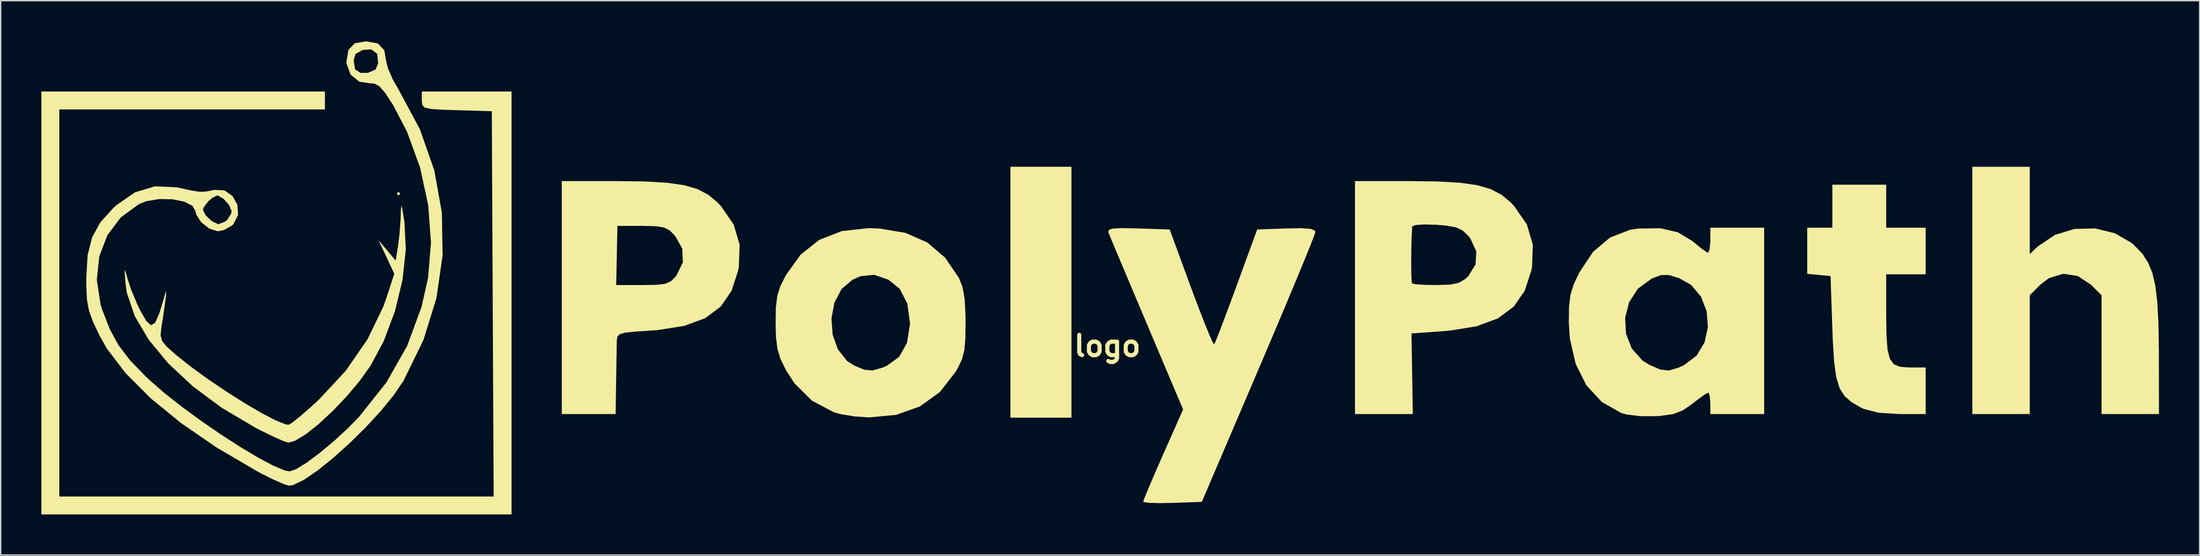
<source format=kicad_pcb>
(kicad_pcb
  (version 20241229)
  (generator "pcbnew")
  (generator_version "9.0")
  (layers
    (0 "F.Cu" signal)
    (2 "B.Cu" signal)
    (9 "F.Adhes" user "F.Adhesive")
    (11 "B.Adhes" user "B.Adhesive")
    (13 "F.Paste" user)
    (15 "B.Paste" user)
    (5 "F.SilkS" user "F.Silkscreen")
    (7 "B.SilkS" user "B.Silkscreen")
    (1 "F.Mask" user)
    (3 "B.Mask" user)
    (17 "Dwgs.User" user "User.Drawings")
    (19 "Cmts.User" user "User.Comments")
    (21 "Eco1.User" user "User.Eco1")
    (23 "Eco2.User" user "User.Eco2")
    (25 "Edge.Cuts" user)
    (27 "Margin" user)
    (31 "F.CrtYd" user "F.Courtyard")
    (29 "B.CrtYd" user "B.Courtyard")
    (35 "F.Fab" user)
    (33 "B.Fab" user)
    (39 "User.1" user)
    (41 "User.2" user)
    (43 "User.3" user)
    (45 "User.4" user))
  (footprint "logo"
    (layer "F.Cu")
    (at 78.581 22.49)
    (property "Reference" "logo" (at 0 0 0) (layer "F.SilkS") (effects (font (size 1.5 1.5) (thickness 0.3))))
    (attr board_only exclude_from_pos_files exclude_from_bom)
    (fp_poly (pts (xy -52.123 -11.245) (xy -52.255 -11.113) (xy -52.388 -11.245) (xy -52.255 -11.377)) (stroke (width 0) (type solid)) (fill yes) (layer "F.SilkS"))
    (fp_poly (pts (xy -2.646 -3.969) (xy -2.646 5.292) (xy -4.895 5.292) (xy -7.144 5.292) (xy -7.144 -3.969) (xy -7.144 -13.229) (xy -4.895 -13.229) (xy -2.646 -13.229)) (stroke (width 0) (type solid)) (fill yes) (layer "F.SilkS"))
    (fp_poly (pts (xy -57.679 -18.124) (xy -57.679 -17.462) (xy -67.469 -17.462) (xy -77.258 -17.462) (xy -77.258 -3.175) (xy -77.258 11.113) (xy -61.249 11.113) (xy -45.239 11.113) (xy -45.308 -3.109) (xy -45.376 -17.33) (xy -47.956 -17.406) (xy -49.138 -17.446) (xy -49.89 -17.499) (xy -50.308 -17.595) (xy -50.49 -17.759) (xy -50.534 -18.02) (xy -50.535 -18.134) (xy -50.535 -18.785) (xy -47.228 -18.785) (xy -43.921 -18.785) (xy -43.921 -3.175) (xy -43.921 12.435) (xy -61.251 12.435) (xy -78.581 12.435) (xy -78.581 -3.175) (xy -78.581 -18.785) (xy -68.13 -18.785) (xy -57.679 -18.785)) (stroke (width 0) (type solid)) (fill yes) (layer "F.SilkS"))
    (fp_poly (pts (xy 67.998 -10.008) (xy 67.998 -6.787) (xy 68.597 -7.35) (xy 69.856 -8.201) (xy 71.3 -8.641) (xy 72.81 -8.679) (xy 74.266 -8.323) (xy 75.55 -7.581) (xy 76.302 -6.81) (xy 76.719 -6.16) (xy 77.034 -5.397) (xy 77.257 -4.442) (xy 77.403 -3.212) (xy 77.485 -1.628) (xy 77.516 0.391) (xy 77.516 0.728) (xy 77.523 5.027) (xy 75.406 5.027) (xy 73.29 5.027) (xy 73.29 0.641) (xy 73.29 -3.745) (xy 72.516 -4.518) (xy 71.539 -5.166) (xy 70.466 -5.329) (xy 69.411 -5.007) (xy 68.771 -4.518) (xy 67.998 -3.745) (xy 67.998 0.641) (xy 67.998 5.027) (xy 65.881 5.027) (xy 63.765 5.027) (xy 63.765 -4.101) (xy 63.765 -13.229) (xy 65.881 -13.229) (xy 67.998 -13.229)) (stroke (width 0) (type solid)) (fill yes) (layer "F.SilkS"))
    (fp_poly (pts (xy 57.415 -10.319) (xy 57.415 -8.731) (xy 58.87 -8.731) (xy 60.325 -8.731) (xy 60.325 -7.011) (xy 60.325 -5.292) (xy 58.87 -5.292) (xy 57.415 -5.292) (xy 57.415 -2.364) (xy 57.433 -0.837) (xy 57.51 0.239) (xy 57.68 0.942) (xy 57.977 1.35) (xy 58.435 1.539) (xy 59.088 1.587) (xy 59.144 1.587) (xy 60.325 1.587) (xy 60.325 3.307) (xy 60.325 5.027) (xy 58.407 5.027) (xy 56.862 4.932) (xy 55.751 4.643) (xy 55.581 4.564) (xy 54.871 4.155) (xy 54.347 3.701) (xy 53.979 3.113) (xy 53.733 2.305) (xy 53.579 1.189) (xy 53.482 -0.325) (xy 53.446 -1.275) (xy 53.314 -5.159) (xy 52.454 -5.242) (xy 51.594 -5.325) (xy 51.594 -7.028) (xy 51.594 -8.731) (xy 52.52 -8.731) (xy 53.446 -8.731) (xy 53.446 -10.319) (xy 53.446 -11.906) (xy 55.43 -11.906) (xy 57.415 -11.906)) (stroke (width 0) (type solid)) (fill yes) (layer "F.SilkS"))
    (fp_poly (pts (xy 1.946 -8.686) (xy 2.265 -8.676) (xy 4.595 -8.599) (xy 6.175 -4.297) (xy 6.695 -2.906) (xy 7.156 -1.716) (xy 7.528 -0.804) (xy 7.779 -0.248) (xy 7.873 -0.112) (xy 7.998 -0.387) (xy 8.271 -1.076) (xy 8.658 -2.094) (xy 9.129 -3.357) (xy 9.517 -4.414) (xy 11.045 -8.599) (xy 13.195 -8.676) (xy 14.32 -8.694) (xy 14.996 -8.644) (xy 15.299 -8.516) (xy 15.335 -8.411) (xy 15.231 -8.1) (xy 14.941 -7.357) (xy 14.486 -6.235) (xy 13.889 -4.788) (xy 13.172 -3.069) (xy 12.357 -1.133) (xy 11.465 0.967) (xy 11.144 1.72) (xy 6.966 11.509) (xy 4.806 11.586) (xy 3.812 11.602) (xy 3.06 11.578) (xy 2.673 11.519) (xy 2.646 11.493) (xy 2.747 11.202) (xy 3.026 10.521) (xy 3.442 9.543) (xy 3.957 8.362) (xy 4.114 8.005) (xy 5.583 4.687) (xy 2.906 -1.65) (xy 2.178 -3.375) (xy 1.513 -4.951) (xy 0.942 -6.309) (xy 0.493 -7.379) (xy 0.196 -8.092) (xy 0.082 -8.37) (xy 0.09 -8.553) (xy 0.346 -8.659) (xy 0.936 -8.699)) (stroke (width 0) (type solid)) (fill yes) (layer "F.SilkS"))
    (fp_poly (pts (xy 24.381 -12.144) (xy 26.009 -12.049) (xy 27.275 -11.868) (xy 28.261 -11.58) (xy 29.052 -11.165) (xy 29.728 -10.604) (xy 29.987 -10.332) (xy 30.931 -8.96) (xy 31.366 -7.473) (xy 31.306 -5.82) (xy 31.263 -5.591) (xy 30.769 -4.077) (xy 29.956 -2.901) (xy 28.787 -2.035) (xy 27.223 -1.454) (xy 25.225 -1.13) (xy 24.831 -1.098) (xy 22.422 -0.926) (xy 22.47 2.051) (xy 22.518 5.027) (xy 20.387 5.027) (xy 18.256 5.027) (xy 18.256 -3.572) (xy 18.256 -6.072) (xy 22.399 -6.072) (xy 22.409 -5.251) (xy 22.438 -4.725) (xy 22.463 -4.613) (xy 22.767 -4.554) (xy 23.447 -4.512) (xy 24.265 -4.498) (xy 25.255 -4.529) (xy 25.894 -4.656) (xy 26.363 -4.928) (xy 26.603 -5.147) (xy 27.146 -6.018) (xy 27.198 -6.984) (xy 26.757 -7.944) (xy 26.626 -8.106) (xy 26.204 -8.515) (xy 25.707 -8.756) (xy 24.964 -8.888) (xy 24.245 -8.946) (xy 23.358 -8.971) (xy 22.721 -8.928) (xy 22.473 -8.828) (xy 22.431 -8.009) (xy 22.406 -7.041) (xy 22.399 -6.072) (xy 18.256 -6.072) (xy 18.256 -12.171) (xy 22.309 -12.171)) (stroke (width 0) (type solid)) (fill yes) (layer "F.SilkS"))
    (fp_poly (pts (xy -34.092 -12.144) (xy -32.464 -12.049) (xy -31.198 -11.868) (xy -30.211 -11.58) (xy -29.421 -11.165) (xy -28.745 -10.604) (xy -28.486 -10.332) (xy -27.542 -8.96) (xy -27.107 -7.473) (xy -27.167 -5.82) (xy -27.21 -5.591) (xy -27.699 -4.08) (xy -28.498 -2.91) (xy -29.646 -2.054) (xy -31.185 -1.484) (xy -33.153 -1.172) (xy -33.682 -1.134) (xy -34.835 -1.06) (xy -35.559 -0.982) (xy -35.955 -0.866) (xy -36.123 -0.679) (xy -36.164 -0.387) (xy -36.165 -0.295) (xy -36.174 0.285) (xy -36.189 1.221) (xy -36.206 2.341) (xy -36.212 2.712) (xy -36.248 5.027) (xy -38.232 5.027) (xy -40.217 5.027) (xy -40.217 -3.572) (xy -40.217 -4.498) (xy -36.206 -4.498) (xy -34.262 -4.498) (xy -33.237 -4.514) (xy -32.593 -4.591) (xy -32.18 -4.771) (xy -31.851 -5.094) (xy -31.769 -5.195) (xy -31.293 -6.172) (xy -31.332 -7.182) (xy -31.859 -8.121) (xy -32.251 -8.52) (xy -32.67 -8.743) (xy -33.281 -8.841) (xy -34.248 -8.864) (xy -34.307 -8.864) (xy -36.116 -8.864) (xy -36.161 -6.681) (xy -36.206 -4.498) (xy -40.217 -4.498) (xy -40.217 -12.171) (xy -36.164 -12.171)) (stroke (width 0) (type solid)) (fill yes) (layer "F.SilkS"))
    (fp_poly (pts (xy -16.843 -8.674) (xy -14.882 -8.35) (xy -13.268 -7.639) (xy -11.957 -6.517) (xy -10.945 -5.027) (xy -10.679 -4.362) (xy -10.523 -3.512) (xy -10.458 -2.336) (xy -10.452 -1.72) (xy -10.469 -0.52) (xy -10.544 0.32) (xy -10.712 0.969) (xy -11.005 1.595) (xy -11.185 1.909) (xy -12.342 3.397) (xy -13.808 4.459) (xy -15.57 5.086) (xy -17.562 5.273) (xy -18.633 5.201) (xy -19.656 5.034) (xy -20.174 4.89) (xy -21.776 4.037) (xy -23.06 2.765) (xy -23.689 1.79) (xy -24.09 0.972) (xy -24.321 0.224) (xy -24.428 -0.662) (xy -24.454 -1.717) (xy -24.448 -2.04) (xy -20.337 -2.04) (xy -20.253 -0.844) (xy -19.866 0.251) (xy -19.179 1.113) (xy -18.7 1.425) (xy -17.934 1.751) (xy -17.326 1.81) (xy -16.612 1.61) (xy -16.281 1.476) (xy -15.357 0.817) (xy -14.773 -0.222) (xy -14.553 -1.6) (xy -14.552 -1.72) (xy -14.745 -3.126) (xy -15.304 -4.213) (xy -16.131 -4.89) (xy -17.192 -5.253) (xy -18.193 -5.15) (xy -18.763 -4.906) (xy -19.593 -4.204) (xy -20.118 -3.205) (xy -20.337 -2.04) (xy -24.448 -2.04) (xy -24.434 -2.876) (xy -24.33 -3.711) (xy -24.1 -4.426) (xy -23.699 -5.227) (xy -23.699 -5.227) (xy -22.601 -6.754) (xy -21.228 -7.838) (xy -19.567 -8.484) (xy -17.604 -8.699)) (stroke (width 0) (type solid)) (fill yes) (layer "F.SilkS"))
    (fp_poly (pts (xy 48.419 -1.852) (xy 48.419 5.027) (xy 46.434 5.027) (xy 44.45 5.027) (xy 44.45 4.233) (xy 44.407 3.676) (xy 44.304 3.44) (xy 44.302 3.44) (xy 44.028 3.592) (xy 43.492 3.979) (xy 43.131 4.262) (xy 42.423 4.755) (xy 41.71 5.029) (xy 40.762 5.162) (xy 40.434 5.184) (xy 39.294 5.183) (xy 38.291 5.061) (xy 37.876 4.947) (xy 36.446 4.131) (xy 35.321 2.912) (xy 34.528 1.338) (xy 34.094 -0.545) (xy 34.018 -1.738) (xy 34.023 -2.081) (xy 38.17 -2.081) (xy 38.234 -0.903) (xy 38.657 0.187) (xy 39.444 1.071) (xy 39.952 1.389) (xy 40.768 1.743) (xy 41.398 1.813) (xy 42.099 1.603) (xy 42.503 1.42) (xy 43.438 0.716) (xy 44.025 -0.261) (xy 44.271 -1.391) (xy 44.182 -2.556) (xy 43.766 -3.637) (xy 43.029 -4.512) (xy 42.133 -5.015) (xy 41.376 -5.238) (xy 40.823 -5.236) (xy 40.195 -5.001) (xy 40.108 -4.959) (xy 39.11 -4.227) (xy 38.463 -3.228) (xy 38.17 -2.081) (xy 34.023 -2.081) (xy 34.034 -2.908) (xy 34.136 -3.766) (xy 34.371 -4.527) (xy 34.783 -5.408) (xy 34.796 -5.432) (xy 35.812 -6.955) (xy 37.06 -8.005) (xy 38.535 -8.579) (xy 39.125 -8.668) (xy 40.761 -8.691) (xy 42.066 -8.388) (xy 43.146 -7.735) (xy 43.234 -7.66) (xy 43.804 -7.188) (xy 44.205 -6.911) (xy 44.286 -6.879) (xy 44.395 -7.112) (xy 44.449 -7.685) (xy 44.45 -7.805) (xy 44.45 -8.731) (xy 46.434 -8.731) (xy 48.419 -8.731)) (stroke (width 0) (type solid)) (fill yes) (layer "F.SilkS"))
    (fp_poly (pts (xy -51.972 -10.11) (xy -51.854 -9.374) (xy -51.816 -9.128) (xy -51.716 -7.102) (xy -51.962 -4.862) (xy -52.517 -2.563) (xy -53.345 -0.356) (xy -54.31 1.448) (xy -55.107 2.569) (xy -56.069 3.716) (xy -57.113 4.812) (xy -58.156 5.778) (xy -59.116 6.538) (xy -59.91 7.013) (xy -60.373 7.136) (xy -60.751 7.015) (xy -61.467 6.698) (xy -62.394 6.244) (xy -62.842 6.012) (xy -65.264 4.576) (xy -67.406 2.987) (xy -69.222 1.292) (xy -70.669 -0.459) (xy -71.704 -2.218) (xy -72.282 -3.935) (xy -72.374 -4.585) (xy -72.433 -5.348) (xy -72.431 -5.619) (xy -72.356 -5.431) (xy -72.231 -4.96) (xy -71.957 -4.14) (xy -71.543 -3.146) (xy -71.288 -2.613) (xy -70.844 -1.838) (xy -70.496 -1.532) (xy -70.196 -1.71) (xy -69.895 -2.386) (xy -69.676 -3.093) (xy -69.466 -3.814) (xy -69.377 -4.046) (xy -69.385 -3.812) (xy -69.448 -3.307) (xy -69.583 -2.334) (xy -69.73 -1.388) (xy -69.741 -1.319) (xy -69.795 -0.78) (xy -69.678 -0.363) (xy -69.309 0.082) (xy -68.618 0.69) (xy -67.518 1.562) (xy -66.254 2.479) (xy -64.916 3.383) (xy -63.594 4.221) (xy -62.377 4.935) (xy -61.353 5.472) (xy -60.613 5.774) (xy -60.359 5.821) (xy -60.075 5.65) (xy -59.501 5.19) (xy -58.73 4.517) (xy -58.109 3.948) (xy -56.146 1.833) (xy -54.547 -0.481) (xy -53.382 -2.884) (xy -53.155 -3.525) (xy -52.565 -5.33) (xy -53.143 -6.567) (xy -53.722 -7.805) (xy -53.093 -7.055) (xy -52.464 -6.305) (xy -52.296 -7.32) (xy -52.179 -8.268) (xy -52.101 -9.322) (xy -52.094 -9.525) (xy -52.071 -10.156) (xy -52.037 -10.361)) (stroke (width 0) (type solid)) (fill yes) (layer "F.SilkS"))
    (fp_poly (pts (xy -53.771 -22.329) (xy -53.299 -21.826) (xy -53.181 -21.119) (xy -53.041 -20.514) (xy -52.675 -19.676) (xy -52.236 -18.906) (xy -50.674 -15.994) (xy -49.614 -12.958) (xy -49.057 -9.842) (xy -49.004 -6.689) (xy -49.456 -3.543) (xy -50.413 -0.448) (xy -51.877 2.553) (xy -51.897 2.587) (xy -52.61 3.639) (xy -53.561 4.803) (xy -54.674 6.01) (xy -55.872 7.191) (xy -57.08 8.276) (xy -58.222 9.196) (xy -59.224 9.88) (xy -60.008 10.261) (xy -60.311 10.315) (xy -60.722 10.193) (xy -61.456 9.87) (xy -62.38 9.408) (xy -62.706 9.233) (xy -65.665 7.495) (xy -68.289 5.689) (xy -70.537 3.849) (xy -72.368 2.011) (xy -73.741 0.21) (xy -74.28 -0.74) (xy -74.779 -1.795) (xy -75.075 -2.613) (xy -75.221 -3.415) (xy -75.268 -4.424) (xy -75.271 -5.013) (xy -75.175 -6.684) (xy -74.85 -8.004) (xy -74.235 -9.125) (xy -73.267 -10.197) (xy -73.059 -10.389) (xy -71.675 -11.345) (xy -70.2 -11.785) (xy -68.607 -11.714) (xy -68.395 -11.668) (xy -67.493 -11.469) (xy -66.912 -11.382) (xy -66.457 -11.397) (xy -65.936 -11.502) (xy -65.841 -11.525) (xy -65.083 -11.484) (xy -64.488 -11.067) (xy -64.129 -10.418) (xy -64.081 -9.681) (xy -64.416 -9.001) (xy -64.513 -8.905) (xy -65.127 -8.556) (xy -65.571 -8.467) (xy -66.2 -8.662) (xy -66.797 -9.131) (xy -67.166 -9.698) (xy -67.204 -9.913) (xy -67.282 -10.054) (xy -66.675 -10.054) (xy -66.475 -9.65) (xy -66.03 -9.228) (xy -65.572 -9) (xy -65.518 -8.996) (xy -65.059 -9.167) (xy -64.876 -9.313) (xy -64.594 -9.771) (xy -64.558 -9.956) (xy -64.741 -10.397) (xy -65.148 -10.858) (xy -65.568 -11.108) (xy -65.617 -11.113) (xy -65.967 -10.944) (xy -66.259 -10.697) (xy -66.593 -10.272) (xy -66.675 -10.054) (xy -67.282 -10.054) (xy -67.441 -10.344) (xy -68.06 -10.656) (xy -68.924 -10.829) (xy -69.895 -10.846) (xy -70.837 -10.688) (xy -71.384 -10.475) (xy -72.728 -9.491) (xy -73.714 -8.177) (xy -74.312 -6.618) (xy -74.493 -4.898) (xy -74.227 -3.103) (xy -74.101 -2.691) (xy -73.545 -1.254) (xy -72.896 -0.058) (xy -72.042 1.06) (xy -70.875 2.264) (xy -70.59 2.533) (xy -69.511 3.475) (xy -68.224 4.49) (xy -66.809 5.527) (xy -65.348 6.532) (xy -63.92 7.453) (xy -62.608 8.238) (xy -61.492 8.833) (xy -60.652 9.186) (xy -60.279 9.26) (xy -59.783 9.084) (xy -59.012 8.604) (xy -58.063 7.897) (xy -57.032 7.038) (xy -56.013 6.102) (xy -55.161 5.229) (xy -53.146 2.69) (xy -51.622 0.007) (xy -50.557 -2.885) (xy -50.077 -5.014) (xy -49.86 -7.63) (xy -50.065 -10.393) (xy -50.663 -13.17) (xy -51.629 -15.825) (xy -52.648 -17.774) (xy -53.231 -18.672) (xy -53.667 -19.177) (xy -54.041 -19.372) (xy -54.259 -19.377) (xy -55.132 -19.504) (xy -55.785 -20.032) (xy -56.085 -20.842) (xy -56.092 -20.988) (xy -56.077 -21.073) (xy -55.562 -21.073) (xy -55.451 -20.416) (xy -55.046 -20.155) (xy -54.514 -20.162) (xy -53.946 -20.402) (xy -53.754 -20.866) (xy -53.823 -21.569) (xy -54.257 -21.894) (xy -54.882 -21.857) (xy -55.426 -21.557) (xy -55.562 -21.073) (xy -56.077 -21.073) (xy -55.945 -21.865) (xy -55.469 -22.347) (xy -54.636 -22.49)) (stroke (width 0) (type solid)) (fill yes) (layer "F.SilkS")))
  (gr_rect
    (start -3 -3)
    (end 159.104 37.925)
    (stroke (width 0.1) (type default))
    (fill no)
    (layer "Edge.Cuts")))
</source>
